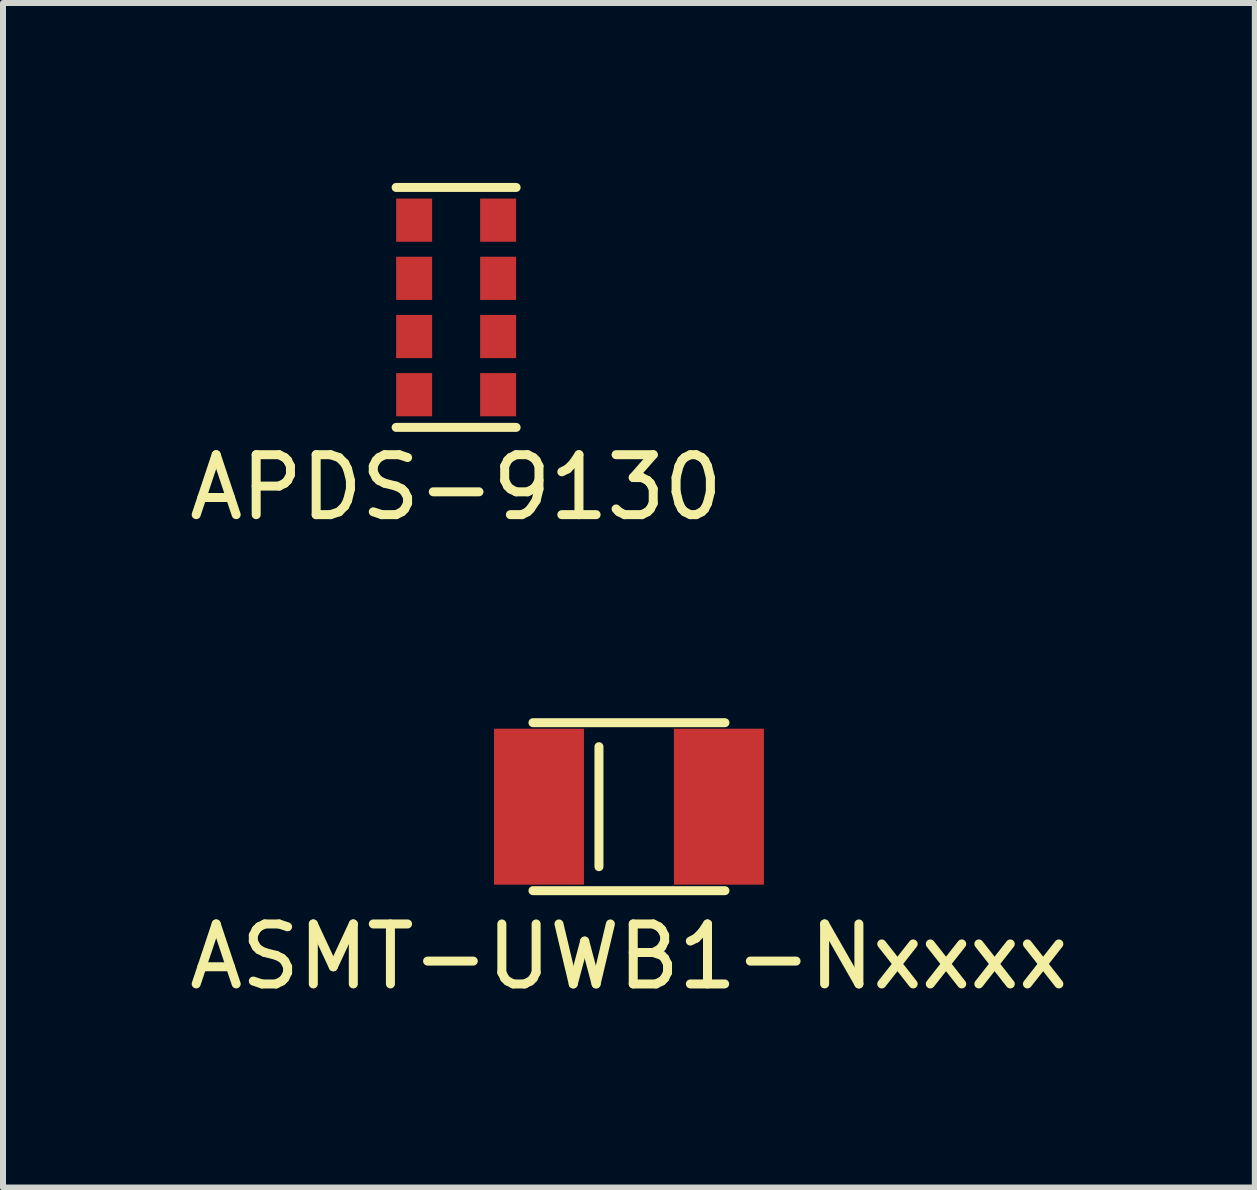
<source format=kicad_pcb>
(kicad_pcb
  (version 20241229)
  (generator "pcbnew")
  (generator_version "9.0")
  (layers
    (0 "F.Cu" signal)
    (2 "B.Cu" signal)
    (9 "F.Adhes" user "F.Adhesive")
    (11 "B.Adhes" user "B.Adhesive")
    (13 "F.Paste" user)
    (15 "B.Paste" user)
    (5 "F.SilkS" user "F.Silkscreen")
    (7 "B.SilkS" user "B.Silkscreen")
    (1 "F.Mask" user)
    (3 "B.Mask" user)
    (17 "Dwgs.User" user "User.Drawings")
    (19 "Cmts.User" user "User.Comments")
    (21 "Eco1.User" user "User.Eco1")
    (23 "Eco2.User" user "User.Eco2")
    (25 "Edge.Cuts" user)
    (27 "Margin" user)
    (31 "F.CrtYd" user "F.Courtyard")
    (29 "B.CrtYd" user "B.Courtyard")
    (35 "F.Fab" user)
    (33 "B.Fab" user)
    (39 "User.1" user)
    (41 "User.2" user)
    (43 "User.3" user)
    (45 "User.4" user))
  (footprint "ASMT-UWB1-Nxxxx"
    (layer "F.Cu")
    (at 7.435 10.398)
    (property "Reference" "ASMT-UWB1-Nxxxx" (at 0 2.5 0) (layer "F.SilkS") (effects (font (size 1 1) (thickness 0.15))))
    (attr through_hole)
    (fp_line (start -1.6 -1.4) (end 1.6 -1.4) (stroke (width 0.15) (type solid)) (layer "F.SilkS"))
    (fp_line (start -1.6 1.4) (end 1.6 1.4) (stroke (width 0.15) (type solid)) (layer "F.SilkS"))
    (fp_line (start -0.5 -1) (end -0.5 1) (stroke (width 0.15) (type solid)) (layer "F.SilkS"))
    (pad "1" smd rect (at -1.5 0) (size 1.5 2.6) (layers "F.Cu" "F.Mask" "F.Paste"))
    (pad "2" smd rect (at 1.5 0) (size 1.5 2.6) (layers "F.Cu" "F.Mask" "F.Paste")))
  (footprint "APDS-9130"
    (layer "F.Cu")
    (at 4.554 2.075)
    (property "Reference" "APDS-9130" (at 0 3 0) (layer "F.SilkS") (effects (font (size 1 1) (thickness 0.15))))
    (attr through_hole)
    (fp_line (start -1 -2) (end 1 -2) (stroke (width 0.15) (type solid)) (layer "F.SilkS"))
    (fp_line (start -1 2) (end 1 2) (stroke (width 0.15) (type solid)) (layer "F.SilkS"))
    (pad "1" smd rect (at 0.7 -1.455) (size 0.6 0.72) (layers "F.Cu" "F.Mask" "F.Paste"))
    (pad "2" smd rect (at 0.7 -0.485) (size 0.6 0.72) (layers "F.Cu" "F.Mask" "F.Paste"))
    (pad "3" smd rect (at 0.7 0.485) (size 0.6 0.72) (layers "F.Cu" "F.Mask" "F.Paste"))
    (pad "4" smd rect (at 0.7 1.455) (size 0.6 0.72) (layers "F.Cu" "F.Mask" "F.Paste"))
    (pad "5" smd rect (at -0.7 1.455) (size 0.6 0.72) (layers "F.Cu" "F.Mask" "F.Paste"))
    (pad "6" smd rect (at -0.7 0.485) (size 0.6 0.72) (layers "F.Cu" "F.Mask" "F.Paste"))
    (pad "7" smd rect (at -0.7 -0.485) (size 0.6 0.72) (layers "F.Cu" "F.Mask" "F.Paste"))
    (pad "8" smd rect (at -0.7 -1.455) (size 0.6 0.72) (layers "F.Cu" "F.Mask" "F.Paste")))
  (gr_rect
    (start -3 -3)
    (end 17.869 16.747)
    (stroke (width 0.1) (type default))
    (fill no)
    (layer "Edge.Cuts")))
</source>
